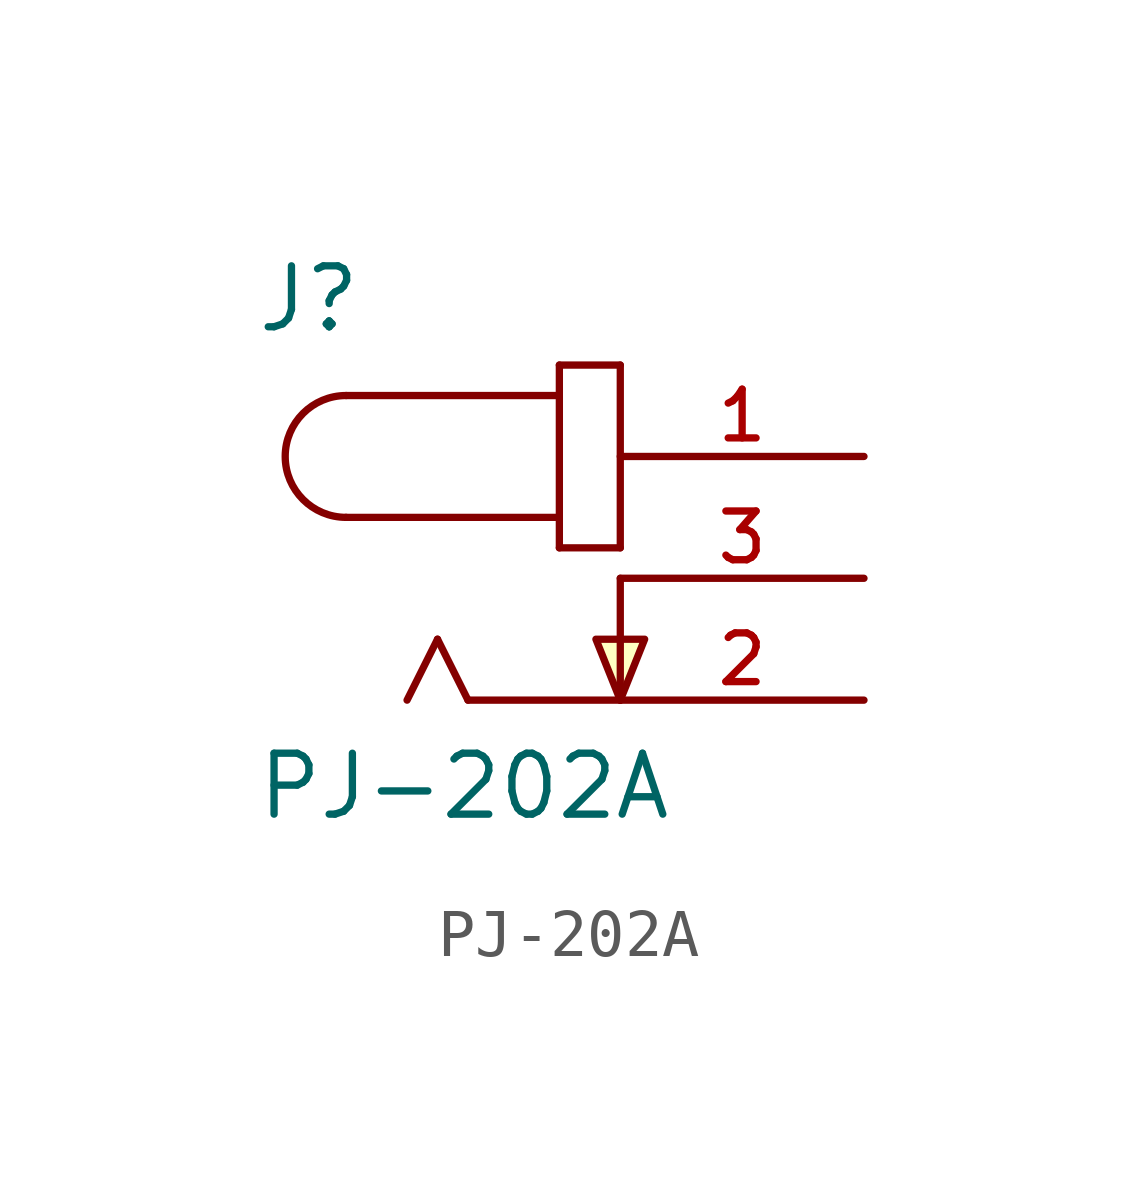
<source format=kicad_sym>
(kicad_symbol_lib
  (version 20211014)
  (generator kicad_symbol_editor)
  (symbol "PJ-202A"
    (pin_names
      (offset 1.016) hide)
    (property "Reference" "J"
      (at -7.62 5.08 0)
      (effects (font (size 1.27 1.27)) (justify left bottom)))
    (property "Value" "PJ-202A"
      (at -7.62 -5.08 0)
      (effects (font (size 1.27 1.27)) (justify left bottom)))
    (symbol "PJ-202A_0_0"
      (arc (start -5.715 3.81) (mid -6.985 2.54) (end -5.715 1.27) (stroke (width 0.1524) (type default) (color 0 0 0 0)) (fill (type none)))
      (polyline (pts (xy -5.715 3.81) (xy -1.27 3.81)) (stroke (width 0.152) (type default) (color 0 0 0 0)) (fill (type none)))
      (polyline (pts (xy -3.81 -1.27) (xy -4.445 -2.54)) (stroke (width 0.152) (type default) (color 0 0 0 0)) (fill (type none)))
      (polyline (pts (xy -3.175 -2.54) (xy -3.81 -1.27)) (stroke (width 0.152) (type default) (color 0 0 0 0)) (fill (type none)))
      (polyline (pts (xy -1.27 0.635) (xy 0 0.635)) (stroke (width 0.152) (type default) (color 0 0 0 0)) (fill (type none)))
      (polyline (pts (xy -1.27 1.27) (xy -5.715 1.27)) (stroke (width 0.152) (type default) (color 0 0 0 0)) (fill (type none)))
      (polyline (pts (xy -1.27 1.27) (xy -1.27 0.635)) (stroke (width 0.152) (type default) (color 0 0 0 0)) (fill (type none)))
      (polyline (pts (xy -1.27 3.81) (xy -1.27 1.27)) (stroke (width 0.152) (type default) (color 0 0 0 0)) (fill (type none)))
      (polyline (pts (xy -1.27 4.445) (xy -1.27 3.81)) (stroke (width 0.152) (type default) (color 0 0 0 0)) (fill (type none)))
      (polyline (pts (xy 0 -2.54) (xy -3.175 -2.54)) (stroke (width 0.152) (type default) (color 0 0 0 0)) (fill (type none)))
      (polyline (pts (xy 0 0) (xy 0 -2.54)) (stroke (width 0.152) (type default) (color 0 0 0 0)) (fill (type none)))
      (polyline (pts (xy 0 0.635) (xy 0 4.445)) (stroke (width 0.152) (type default) (color 0 0 0 0)) (fill (type none)))
      (polyline (pts (xy 0 4.445) (xy -1.27 4.445)) (stroke (width 0.152) (type default) (color 0 0 0 0)) (fill (type none)))
      (polyline (pts (xy 0 -2.54) (xy -0.508 -1.27) (xy 0.508 -1.27) (xy 0 -2.54)) (stroke (width 0.152) (type default) (color 0 0 0 0)) (fill (type background)))
      (pin passive line (at 5.08 2.54 180) (length 5.08) (name "~" (effects (font (size 1.016 1.016)))) (number "1" (effects (font (size 1.016 1.016)))))
      (pin passive line (at 5.08 -2.54 180) (length 5.08) (name "~" (effects (font (size 1.016 1.016)))) (number "2" (effects (font (size 1.016 1.016)))))
      (pin passive line (at 5.08 0 180) (length 5.08) (name "~" (effects (font (size 1.016 1.016)))) (number "3" (effects (font (size 1.016 1.016))))))))
</source>
